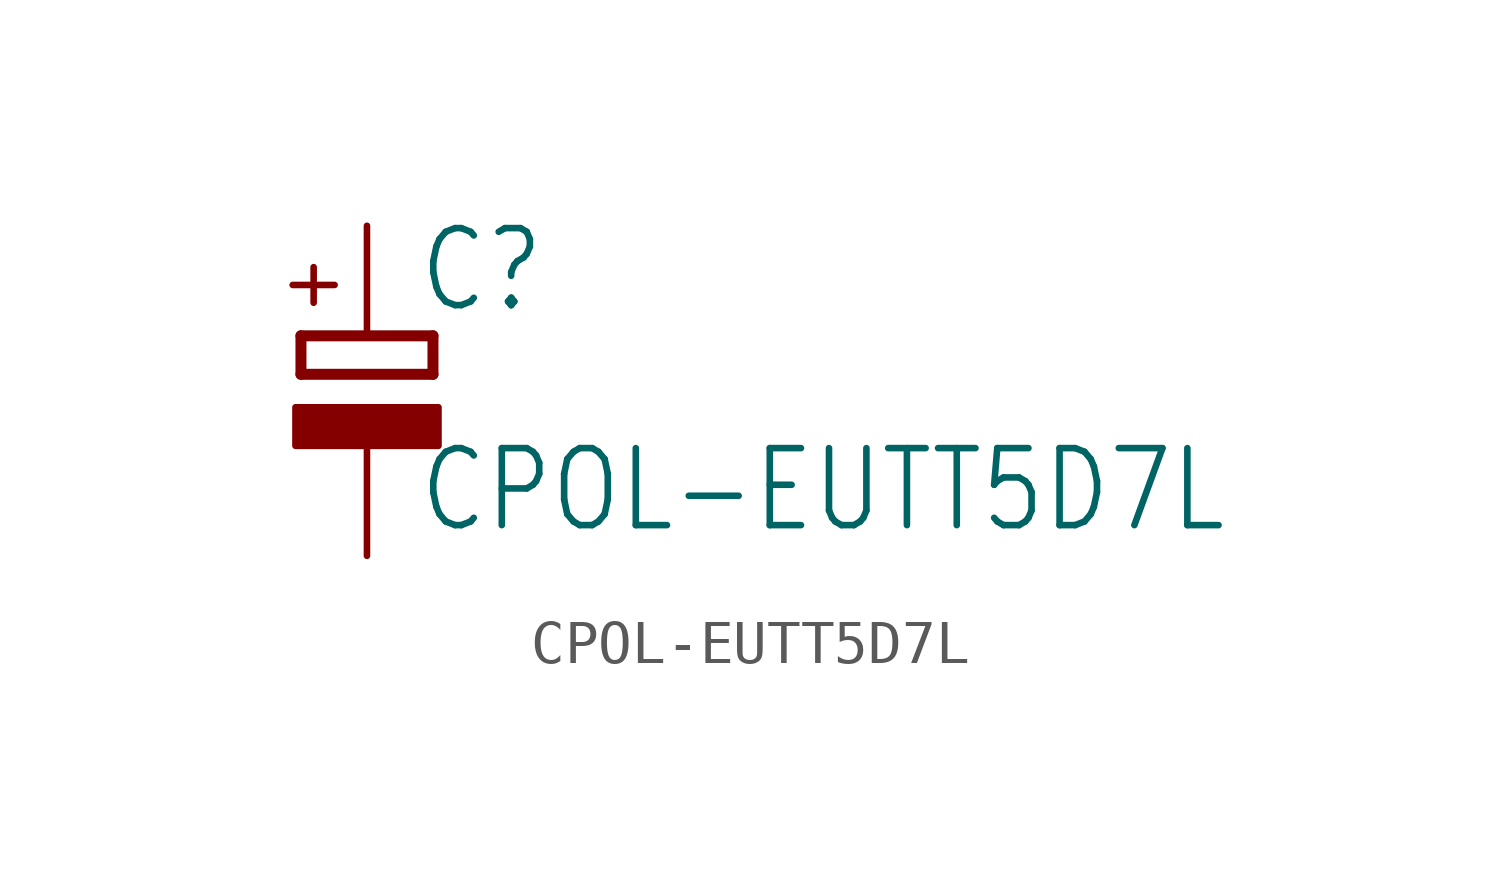
<source format=kicad_sym>
(kicad_symbol_lib
  (version 20220331)
  (generator kicad_symbol_editor)
  (symbol "CPOL-EUTT5D7L"
    (property "Reference" "C"
      (at 1.143 0.483 0)
      (effects (font (size 1.778 1.511)) (justify left bottom)))
    (property "Value" "CPOL-EUTT5D7L"
      (at 1.143 -4.597 0)
      (effects (font (size 1.778 1.511)) (justify left bottom)))
    (property "ki_locked" ""
      (at 0 0 0)
      (effects (font (size 1.27 1.27))))
    (symbol "CPOL-EUTT5D7L_1_0"
      (rectangle (start -1.651 -2.54) (end 1.651 -1.651) (stroke (width 0) (type default)) (fill (type outline)))
      (polyline (pts (xy -1.524 -0.889) (xy 1.524 -0.889)) (stroke (width 0.254) (type solid)) (fill (type none)))
      (polyline (pts (xy -1.524 0) (xy -1.524 -0.889)) (stroke (width 0.254) (type solid)) (fill (type none)))
      (polyline (pts (xy -1.524 0) (xy 1.524 0)) (stroke (width 0.254) (type solid)) (fill (type none)))
      (polyline (pts (xy 1.524 -0.889) (xy 1.524 0)) (stroke (width 0.254) (type solid)) (fill (type none)))
      (text "+" (at -0.584 0.406 900) (effects (font (size 1.27 1.079)) (justify left bottom)))
      (pin passive line (at 0 2.54 270) (length 2.54) (name "+" (effects (font (size 0 0)))) (number "+" (effects (font (size 0 0)))))
      (pin passive line (at 0 -5.08 90) (length 2.54) (name "-" (effects (font (size 0 0)))) (number "-" (effects (font (size 0 0))))))))
</source>
